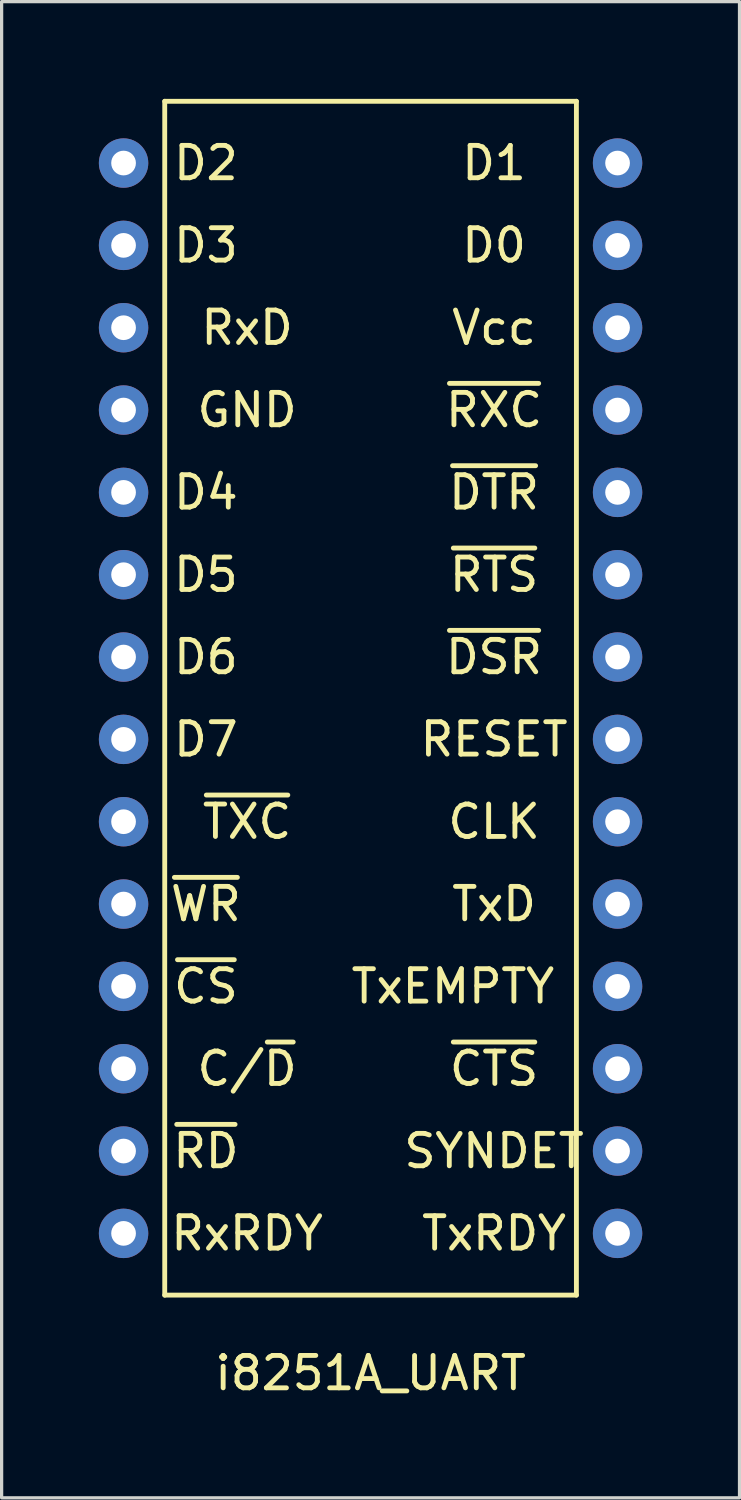
<source format=kicad_pcb>
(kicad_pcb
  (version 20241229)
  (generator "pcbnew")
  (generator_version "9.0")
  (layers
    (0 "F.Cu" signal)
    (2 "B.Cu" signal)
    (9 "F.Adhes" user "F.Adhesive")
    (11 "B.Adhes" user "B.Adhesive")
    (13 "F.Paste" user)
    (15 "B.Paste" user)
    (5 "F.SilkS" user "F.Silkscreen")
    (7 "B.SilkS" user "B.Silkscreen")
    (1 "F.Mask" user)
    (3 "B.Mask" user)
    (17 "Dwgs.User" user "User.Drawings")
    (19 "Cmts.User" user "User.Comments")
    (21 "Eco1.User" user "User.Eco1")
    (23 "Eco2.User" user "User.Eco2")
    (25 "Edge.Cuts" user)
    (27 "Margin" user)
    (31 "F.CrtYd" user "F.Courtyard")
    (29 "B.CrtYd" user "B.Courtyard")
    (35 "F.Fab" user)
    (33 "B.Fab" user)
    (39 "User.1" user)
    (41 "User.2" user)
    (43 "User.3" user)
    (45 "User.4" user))
  (footprint "i8251A_UART"
    (layer "F.Cu")
    (at 8.382 38.81)
    (property "Reference" "i8251A_UART" (at 0 0.5 0) (layer "F.SilkS") (effects (font (size 1 1) (thickness 0.15))))
    (attr through_hole)
    (fp_line (start -6.35 -38.735) (end -6.35 -1.905) (stroke (width 0.15) (type solid)) (layer "F.SilkS"))
    (fp_line (start -6.35 -1.905) (end 6.35 -1.905) (stroke (width 0.15) (type solid)) (layer "F.SilkS"))
    (fp_line (start 6.35 -38.735) (end -6.35 -38.735) (stroke (width 0.15) (type solid)) (layer "F.SilkS"))
    (fp_line (start 6.35 -1.905) (end 6.35 -38.735) (stroke (width 0.15) (type solid)) (layer "F.SilkS"))
    (fp_text user "RESET" (at 3.81 -19.05 0) (layer "F.SilkS") (effects (font (size 1 1) (thickness 0.15))))
    (fp_text user "D7" (at -5.08 -19.05 0) (layer "F.SilkS") (effects (font (size 1 1) (thickness 0.15))))
    (fp_text user "D1" (at 3.81 -36.83 0) (layer "F.SilkS") (effects (font (size 1 1) (thickness 0.15))))
    (fp_text user "~{RD}" (at -5.08 -6.35 0) (layer "F.SilkS") (effects (font (size 1 1) (thickness 0.15))))
    (fp_text user "~{CS}" (at -5.08 -11.43 0) (layer "F.SilkS") (effects (font (size 1 1) (thickness 0.15))))
    (fp_text user "D6" (at -5.08 -21.59 0) (layer "F.SilkS") (effects (font (size 1 1) (thickness 0.15))))
    (fp_text user "Vcc" (at 3.81 -31.75 0) (layer "F.SilkS") (effects (font (size 1 1) (thickness 0.15))))
    (fp_text user "TxRDY" (at 3.81 -3.81 0) (layer "F.SilkS") (effects (font (size 1 1) (thickness 0.15))))
    (fp_text user "RxD" (at -3.81 -31.75 0) (layer "F.SilkS") (effects (font (size 1 1) (thickness 0.15))))
    (fp_text user "GND" (at -3.81 -29.21 0) (layer "F.SilkS") (effects (font (size 1 1) (thickness 0.15))))
    (fp_text user "~{WR}" (at -5.08 -13.97 0) (layer "F.SilkS") (effects (font (size 1 1) (thickness 0.15))))
    (fp_text user "D2" (at -5.08 -36.83 0) (layer "F.SilkS") (effects (font (size 1 1) (thickness 0.15))))
    (fp_text user "~{DTR}" (at 3.81 -26.67 0) (layer "F.SilkS") (effects (font (size 1 1) (thickness 0.15))))
    (fp_text user "D5" (at -5.08 -24.13 0) (layer "F.SilkS") (effects (font (size 1 1) (thickness 0.15))))
    (fp_text user "RxRDY" (at -3.81 -3.81 0) (layer "F.SilkS") (effects (font (size 1 1) (thickness 0.15))))
    (fp_text user "~{CTS}" (at 3.81 -8.89 0) (layer "F.SilkS") (effects (font (size 1 1) (thickness 0.15))))
    (fp_text user "C/~{D}" (at -3.81 -8.89 0) (layer "F.SilkS") (effects (font (size 1 1) (thickness 0.15))))
    (fp_text user "D4" (at -5.08 -26.67 0) (layer "F.SilkS") (effects (font (size 1 1) (thickness 0.15))))
    (fp_text user "CLK" (at 3.81 -16.51 0) (layer "F.SilkS") (effects (font (size 1 1) (thickness 0.15))))
    (fp_text user "~{TXC}" (at -3.81 -16.51 0) (layer "F.SilkS") (effects (font (size 1 1) (thickness 0.15))))
    (fp_text user "TxEMPTY" (at 2.54 -11.43 0) (layer "F.SilkS") (effects (font (size 1 1) (thickness 0.15))))
    (fp_text user "~{DSR}" (at 3.81 -21.59 0) (layer "F.SilkS") (effects (font (size 1 1) (thickness 0.15))))
    (fp_text user "~{RXC}" (at 3.81 -29.21 0) (layer "F.SilkS") (effects (font (size 1 1) (thickness 0.15))))
    (fp_text user "D3" (at -5.08 -34.29 0) (layer "F.SilkS") (effects (font (size 1 1) (thickness 0.15))))
    (fp_text user "SYNDET" (at 3.81 -6.35 0) (layer "F.SilkS") (effects (font (size 1 1) (thickness 0.15))))
    (fp_text user "D0" (at 3.81 -34.29 0) (layer "F.SilkS") (effects (font (size 1 1) (thickness 0.15))))
    (fp_text user "~{RTS}" (at 3.81 -24.13 0) (layer "F.SilkS") (effects (font (size 1 1) (thickness 0.15))))
    (fp_text user "TxD" (at 3.81 -13.97 0) (layer "F.SilkS") (effects (font (size 1 1) (thickness 0.15))))
    (pad "1" thru_hole circle (at -7.62 -36.83) (size 1.524 1.524) (drill 0.762) (layers "*.Cu" "*.Mask"))
    (pad "2" thru_hole circle (at -7.62 -34.29) (size 1.524 1.524) (drill 0.762) (layers "*.Cu" "*.Mask"))
    (pad "3" thru_hole circle (at -7.62 -31.75) (size 1.524 1.524) (drill 0.762) (layers "*.Cu" "*.Mask"))
    (pad "4" thru_hole circle (at -7.62 -29.21) (size 1.524 1.524) (drill 0.762) (layers "*.Cu" "*.Mask"))
    (pad "5" thru_hole circle (at -7.62 -26.67) (size 1.524 1.524) (drill 0.762) (layers "*.Cu" "*.Mask"))
    (pad "6" thru_hole circle (at -7.62 -24.13) (size 1.524 1.524) (drill 0.762) (layers "*.Cu" "*.Mask"))
    (pad "7" thru_hole circle (at -7.62 -21.59) (size 1.524 1.524) (drill 0.762) (layers "*.Cu" "*.Mask"))
    (pad "8" thru_hole circle (at -7.62 -19.05) (size 1.524 1.524) (drill 0.762) (layers "*.Cu" "*.Mask"))
    (pad "9" thru_hole circle (at -7.62 -16.51) (size 1.524 1.524) (drill 0.762) (layers "*.Cu" "*.Mask"))
    (pad "10" thru_hole circle (at -7.62 -13.97) (size 1.524 1.524) (drill 0.762) (layers "*.Cu" "*.Mask"))
    (pad "11" thru_hole circle (at -7.62 -11.43) (size 1.524 1.524) (drill 0.762) (layers "*.Cu" "*.Mask"))
    (pad "12" thru_hole circle (at -7.62 -8.89) (size 1.524 1.524) (drill 0.762) (layers "*.Cu" "*.Mask"))
    (pad "13" thru_hole circle (at -7.62 -6.35) (size 1.524 1.524) (drill 0.762) (layers "*.Cu" "*.Mask"))
    (pad "14" thru_hole circle (at -7.62 -3.81) (size 1.524 1.524) (drill 0.762) (layers "*.Cu" "*.Mask"))
    (pad "15" thru_hole circle (at 7.62 -3.81) (size 1.524 1.524) (drill 0.762) (layers "*.Cu" "*.Mask"))
    (pad "16" thru_hole circle (at 7.62 -6.35) (size 1.524 1.524) (drill 0.762) (layers "*.Cu" "*.Mask"))
    (pad "17" thru_hole circle (at 7.62 -8.89) (size 1.524 1.524) (drill 0.762) (layers "*.Cu" "*.Mask"))
    (pad "18" thru_hole circle (at 7.62 -11.43) (size 1.524 1.524) (drill 0.762) (layers "*.Cu" "*.Mask"))
    (pad "19" thru_hole circle (at 7.62 -13.97) (size 1.524 1.524) (drill 0.762) (layers "*.Cu" "*.Mask"))
    (pad "20" thru_hole circle (at 7.62 -16.51) (size 1.524 1.524) (drill 0.762) (layers "*.Cu" "*.Mask"))
    (pad "21" thru_hole circle (at 7.62 -19.05) (size 1.524 1.524) (drill 0.762) (layers "*.Cu" "*.Mask"))
    (pad "22" thru_hole circle (at 7.62 -21.59) (size 1.524 1.524) (drill 0.762) (layers "*.Cu" "*.Mask"))
    (pad "23" thru_hole circle (at 7.62 -24.13) (size 1.524 1.524) (drill 0.762) (layers "*.Cu" "*.Mask"))
    (pad "24" thru_hole circle (at 7.62 -26.67) (size 1.524 1.524) (drill 0.762) (layers "*.Cu" "*.Mask"))
    (pad "25" thru_hole circle (at 7.62 -29.21) (size 1.524 1.524) (drill 0.762) (layers "*.Cu" "*.Mask"))
    (pad "26" thru_hole circle (at 7.62 -31.75) (size 1.524 1.524) (drill 0.762) (layers "*.Cu" "*.Mask"))
    (pad "27" thru_hole circle (at 7.62 -34.29) (size 1.524 1.524) (drill 0.762) (layers "*.Cu" "*.Mask"))
    (pad "28" thru_hole circle (at 7.62 -36.83) (size 1.524 1.524) (drill 0.762) (layers "*.Cu" "*.Mask")))
  (gr_rect
    (start -3 -3)
    (end 19.764 43.158)
    (stroke (width 0.1) (type default))
    (fill no)
    (layer "Edge.Cuts")))
</source>
